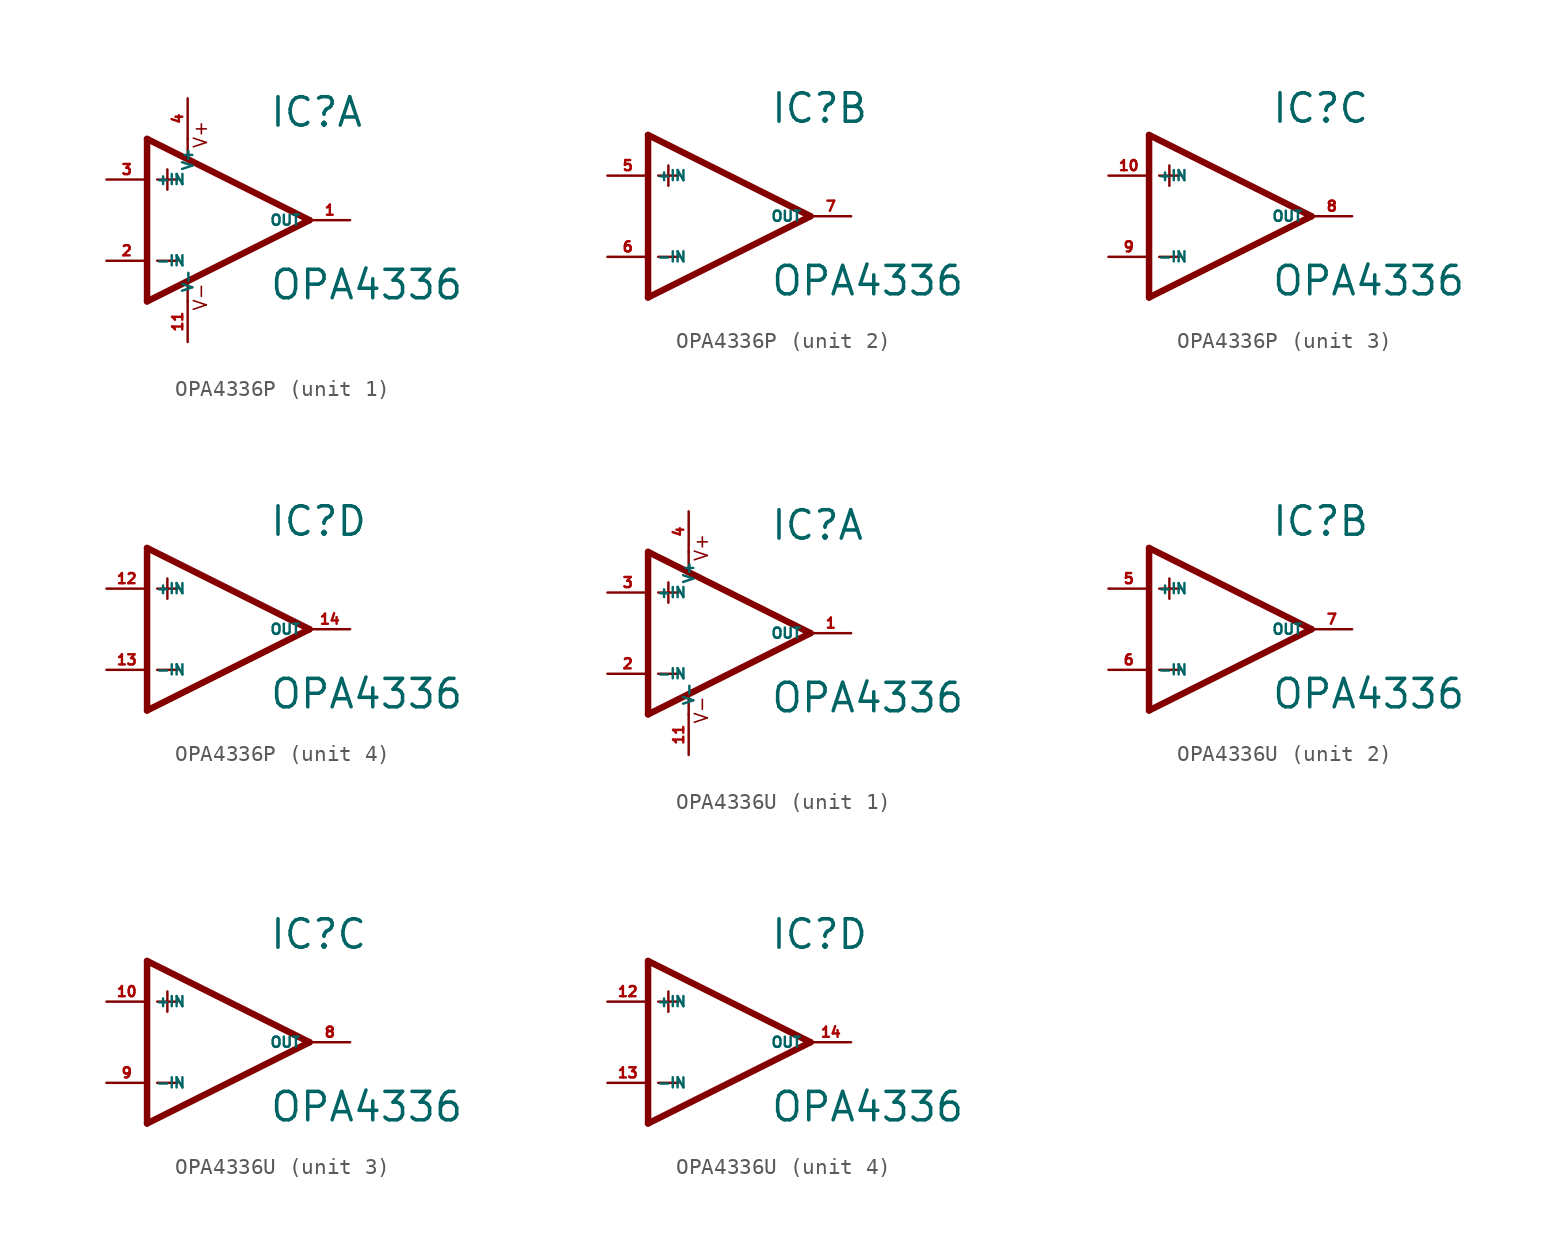
<source format=kicad_sym>
(kicad_symbol_lib
  (version 20220914)
  (generator Eagle2Kicad)
  (symbol "OPA4336P"
    (property "Reference" "IC"
      (at 2.54 5.715 0)
      (effects (font (size 1.778 1.778) (thickness 0.22)) (justify left bottom)))
    (property "Value" "OPA4336"
      (at 2.54 -5.08 0)
      (effects (font (size 1.778 1.778) (thickness 0.22)) (justify left bottom)))
    (symbol "OPA4336P_1_0"
      (polyline (pts (xy -3.81 3.175) (xy -3.81 1.905)) (stroke (width 0.152) (type default)) (fill (type none)))
      (polyline (pts (xy -4.445 2.54) (xy -3.175 2.54)) (stroke (width 0.152) (type default)) (fill (type none)))
      (polyline (pts (xy -4.445 -2.54) (xy -3.175 -2.54)) (stroke (width 0.152) (type default)) (fill (type none)))
      (polyline (pts (xy -2.54 5.08) (xy -2.54 3.886)) (stroke (width 0.152) (type default)) (fill (type none)))
      (polyline (pts (xy -2.54 -3.912) (xy -2.54 -5.08)) (stroke (width 0.152) (type default)) (fill (type none)))
      (polyline (pts (xy 5.08 0) (xy -5.08 5.08)) (stroke (width 0.406) (type default)) (fill (type none)))
      (polyline (pts (xy -5.08 5.08) (xy -5.08 -5.08)) (stroke (width 0.406) (type default)) (fill (type none)))
      (polyline (pts (xy -5.08 -5.08) (xy 5.08 0)) (stroke (width 0.406) (type default)) (fill (type none)))
      (text "V+" (at -1.27 4.445 900) (effects (font (size 0.813 0.813) (thickness 0.10)) (justify left bottom)))
      (text "V-" (at -1.27 -5.715 900) (effects (font (size 0.813 0.813) (thickness 0.10)) (justify left bottom)))
      (pin input line (at -7.62 -2.54 0) (length 2.54) (name "-IN" (effects (font (size 0.635 0.635) (thickness 0.08)) (justify left bottom))) (number "2" (effects (font (size 0.635 0.635) (thickness 0.08)) (justify left bottom))))
      (pin input line (at -7.62 2.54 0) (length 2.54) (name "+IN" (effects (font (size 0.635 0.635) (thickness 0.08)) (justify left bottom))) (number "3" (effects (font (size 0.635 0.635) (thickness 0.08)) (justify left bottom))))
      (pin output line (at 7.62 0 180) (length 2.54) (name "OUT" (effects (font (size 0.635 0.635) (thickness 0.08)) (justify left bottom))) (number "1" (effects (font (size 0.635 0.635) (thickness 0.08)) (justify left bottom))))
      (pin unspecified line (at -2.54 7.62 270) (length 2.54) (name "V+" (effects (font (size 0.635 0.635) (thickness 0.08)) (justify left bottom))) (number "4" (effects (font (size 0.635 0.635) (thickness 0.08)) (justify left bottom))))
      (pin unspecified line (at -2.54 -7.62 90) (length 2.54) (name "V-" (effects (font (size 0.635 0.635) (thickness 0.08)) (justify left bottom))) (number "11" (effects (font (size 0.635 0.635) (thickness 0.08)) (justify left bottom)))))
    (symbol "OPA4336P_2_0"
      (polyline (pts (xy -3.81 3.175) (xy -3.81 1.905)) (stroke (width 0.152) (type default)) (fill (type none)))
      (polyline (pts (xy -4.445 2.54) (xy -3.175 2.54)) (stroke (width 0.152) (type default)) (fill (type none)))
      (polyline (pts (xy -4.445 -2.54) (xy -3.175 -2.54)) (stroke (width 0.152) (type default)) (fill (type none)))
      (polyline (pts (xy 5.08 0) (xy -5.08 5.08)) (stroke (width 0.406) (type default)) (fill (type none)))
      (polyline (pts (xy -5.08 5.08) (xy -5.08 -5.08)) (stroke (width 0.406) (type default)) (fill (type none)))
      (polyline (pts (xy -5.08 -5.08) (xy 5.08 0)) (stroke (width 0.406) (type default)) (fill (type none)))
      (pin input line (at -7.62 -2.54 0) (length 2.54) (name "-IN" (effects (font (size 0.635 0.635) (thickness 0.08)) (justify left bottom))) (number "6" (effects (font (size 0.635 0.635) (thickness 0.08)) (justify left bottom))))
      (pin input line (at -7.62 2.54 0) (length 2.54) (name "+IN" (effects (font (size 0.635 0.635) (thickness 0.08)) (justify left bottom))) (number "5" (effects (font (size 0.635 0.635) (thickness 0.08)) (justify left bottom))))
      (pin output line (at 7.62 0 180) (length 2.54) (name "OUT" (effects (font (size 0.635 0.635) (thickness 0.08)) (justify left bottom))) (number "7" (effects (font (size 0.635 0.635) (thickness 0.08)) (justify left bottom)))))
    (symbol "OPA4336P_3_0"
      (polyline (pts (xy -3.81 3.175) (xy -3.81 1.905)) (stroke (width 0.152) (type default)) (fill (type none)))
      (polyline (pts (xy -4.445 2.54) (xy -3.175 2.54)) (stroke (width 0.152) (type default)) (fill (type none)))
      (polyline (pts (xy -4.445 -2.54) (xy -3.175 -2.54)) (stroke (width 0.152) (type default)) (fill (type none)))
      (polyline (pts (xy 5.08 0) (xy -5.08 5.08)) (stroke (width 0.406) (type default)) (fill (type none)))
      (polyline (pts (xy -5.08 5.08) (xy -5.08 -5.08)) (stroke (width 0.406) (type default)) (fill (type none)))
      (polyline (pts (xy -5.08 -5.08) (xy 5.08 0)) (stroke (width 0.406) (type default)) (fill (type none)))
      (pin input line (at -7.62 -2.54 0) (length 2.54) (name "-IN" (effects (font (size 0.635 0.635) (thickness 0.08)) (justify left bottom))) (number "9" (effects (font (size 0.635 0.635) (thickness 0.08)) (justify left bottom))))
      (pin input line (at -7.62 2.54 0) (length 2.54) (name "+IN" (effects (font (size 0.635 0.635) (thickness 0.08)) (justify left bottom))) (number "10" (effects (font (size 0.635 0.635) (thickness 0.08)) (justify left bottom))))
      (pin output line (at 7.62 0 180) (length 2.54) (name "OUT" (effects (font (size 0.635 0.635) (thickness 0.08)) (justify left bottom))) (number "8" (effects (font (size 0.635 0.635) (thickness 0.08)) (justify left bottom)))))
    (symbol "OPA4336P_4_0"
      (polyline (pts (xy -3.81 3.175) (xy -3.81 1.905)) (stroke (width 0.152) (type default)) (fill (type none)))
      (polyline (pts (xy -4.445 2.54) (xy -3.175 2.54)) (stroke (width 0.152) (type default)) (fill (type none)))
      (polyline (pts (xy -4.445 -2.54) (xy -3.175 -2.54)) (stroke (width 0.152) (type default)) (fill (type none)))
      (polyline (pts (xy 5.08 0) (xy -5.08 5.08)) (stroke (width 0.406) (type default)) (fill (type none)))
      (polyline (pts (xy -5.08 5.08) (xy -5.08 -5.08)) (stroke (width 0.406) (type default)) (fill (type none)))
      (polyline (pts (xy -5.08 -5.08) (xy 5.08 0)) (stroke (width 0.406) (type default)) (fill (type none)))
      (pin input line (at -7.62 -2.54 0) (length 2.54) (name "-IN" (effects (font (size 0.635 0.635) (thickness 0.08)) (justify left bottom))) (number "13" (effects (font (size 0.635 0.635) (thickness 0.08)) (justify left bottom))))
      (pin input line (at -7.62 2.54 0) (length 2.54) (name "+IN" (effects (font (size 0.635 0.635) (thickness 0.08)) (justify left bottom))) (number "12" (effects (font (size 0.635 0.635) (thickness 0.08)) (justify left bottom))))
      (pin output line (at 7.62 0 180) (length 2.54) (name "OUT" (effects (font (size 0.635 0.635) (thickness 0.08)) (justify left bottom))) (number "14" (effects (font (size 0.635 0.635) (thickness 0.08)) (justify left bottom))))))
  (symbol "OPA4336U"
    (property "Reference" "IC"
      (at 2.54 5.715 0)
      (effects (font (size 1.778 1.778) (thickness 0.22)) (justify left bottom)))
    (property "Value" "OPA4336"
      (at 2.54 -5.08 0)
      (effects (font (size 1.778 1.778) (thickness 0.22)) (justify left bottom)))
    (symbol "OPA4336U_1_0"
      (polyline (pts (xy -3.81 3.175) (xy -3.81 1.905)) (stroke (width 0.152) (type default)) (fill (type none)))
      (polyline (pts (xy -4.445 2.54) (xy -3.175 2.54)) (stroke (width 0.152) (type default)) (fill (type none)))
      (polyline (pts (xy -4.445 -2.54) (xy -3.175 -2.54)) (stroke (width 0.152) (type default)) (fill (type none)))
      (polyline (pts (xy -2.54 5.08) (xy -2.54 3.886)) (stroke (width 0.152) (type default)) (fill (type none)))
      (polyline (pts (xy -2.54 -3.912) (xy -2.54 -5.08)) (stroke (width 0.152) (type default)) (fill (type none)))
      (polyline (pts (xy 5.08 0) (xy -5.08 5.08)) (stroke (width 0.406) (type default)) (fill (type none)))
      (polyline (pts (xy -5.08 5.08) (xy -5.08 -5.08)) (stroke (width 0.406) (type default)) (fill (type none)))
      (polyline (pts (xy -5.08 -5.08) (xy 5.08 0)) (stroke (width 0.406) (type default)) (fill (type none)))
      (text "V+" (at -1.27 4.445 900) (effects (font (size 0.813 0.813) (thickness 0.10)) (justify left bottom)))
      (text "V-" (at -1.27 -5.715 900) (effects (font (size 0.813 0.813) (thickness 0.10)) (justify left bottom)))
      (pin input line (at -7.62 -2.54 0) (length 2.54) (name "-IN" (effects (font (size 0.635 0.635) (thickness 0.08)) (justify left bottom))) (number "2" (effects (font (size 0.635 0.635) (thickness 0.08)) (justify left bottom))))
      (pin input line (at -7.62 2.54 0) (length 2.54) (name "+IN" (effects (font (size 0.635 0.635) (thickness 0.08)) (justify left bottom))) (number "3" (effects (font (size 0.635 0.635) (thickness 0.08)) (justify left bottom))))
      (pin output line (at 7.62 0 180) (length 2.54) (name "OUT" (effects (font (size 0.635 0.635) (thickness 0.08)) (justify left bottom))) (number "1" (effects (font (size 0.635 0.635) (thickness 0.08)) (justify left bottom))))
      (pin unspecified line (at -2.54 7.62 270) (length 2.54) (name "V+" (effects (font (size 0.635 0.635) (thickness 0.08)) (justify left bottom))) (number "4" (effects (font (size 0.635 0.635) (thickness 0.08)) (justify left bottom))))
      (pin unspecified line (at -2.54 -7.62 90) (length 2.54) (name "V-" (effects (font (size 0.635 0.635) (thickness 0.08)) (justify left bottom))) (number "11" (effects (font (size 0.635 0.635) (thickness 0.08)) (justify left bottom)))))
    (symbol "OPA4336U_2_0"
      (polyline (pts (xy -3.81 3.175) (xy -3.81 1.905)) (stroke (width 0.152) (type default)) (fill (type none)))
      (polyline (pts (xy -4.445 2.54) (xy -3.175 2.54)) (stroke (width 0.152) (type default)) (fill (type none)))
      (polyline (pts (xy -4.445 -2.54) (xy -3.175 -2.54)) (stroke (width 0.152) (type default)) (fill (type none)))
      (polyline (pts (xy 5.08 0) (xy -5.08 5.08)) (stroke (width 0.406) (type default)) (fill (type none)))
      (polyline (pts (xy -5.08 5.08) (xy -5.08 -5.08)) (stroke (width 0.406) (type default)) (fill (type none)))
      (polyline (pts (xy -5.08 -5.08) (xy 5.08 0)) (stroke (width 0.406) (type default)) (fill (type none)))
      (pin input line (at -7.62 -2.54 0) (length 2.54) (name "-IN" (effects (font (size 0.635 0.635) (thickness 0.08)) (justify left bottom))) (number "6" (effects (font (size 0.635 0.635) (thickness 0.08)) (justify left bottom))))
      (pin input line (at -7.62 2.54 0) (length 2.54) (name "+IN" (effects (font (size 0.635 0.635) (thickness 0.08)) (justify left bottom))) (number "5" (effects (font (size 0.635 0.635) (thickness 0.08)) (justify left bottom))))
      (pin output line (at 7.62 0 180) (length 2.54) (name "OUT" (effects (font (size 0.635 0.635) (thickness 0.08)) (justify left bottom))) (number "7" (effects (font (size 0.635 0.635) (thickness 0.08)) (justify left bottom)))))
    (symbol "OPA4336U_3_0"
      (polyline (pts (xy -3.81 3.175) (xy -3.81 1.905)) (stroke (width 0.152) (type default)) (fill (type none)))
      (polyline (pts (xy -4.445 2.54) (xy -3.175 2.54)) (stroke (width 0.152) (type default)) (fill (type none)))
      (polyline (pts (xy -4.445 -2.54) (xy -3.175 -2.54)) (stroke (width 0.152) (type default)) (fill (type none)))
      (polyline (pts (xy 5.08 0) (xy -5.08 5.08)) (stroke (width 0.406) (type default)) (fill (type none)))
      (polyline (pts (xy -5.08 5.08) (xy -5.08 -5.08)) (stroke (width 0.406) (type default)) (fill (type none)))
      (polyline (pts (xy -5.08 -5.08) (xy 5.08 0)) (stroke (width 0.406) (type default)) (fill (type none)))
      (pin input line (at -7.62 -2.54 0) (length 2.54) (name "-IN" (effects (font (size 0.635 0.635) (thickness 0.08)) (justify left bottom))) (number "9" (effects (font (size 0.635 0.635) (thickness 0.08)) (justify left bottom))))
      (pin input line (at -7.62 2.54 0) (length 2.54) (name "+IN" (effects (font (size 0.635 0.635) (thickness 0.08)) (justify left bottom))) (number "10" (effects (font (size 0.635 0.635) (thickness 0.08)) (justify left bottom))))
      (pin output line (at 7.62 0 180) (length 2.54) (name "OUT" (effects (font (size 0.635 0.635) (thickness 0.08)) (justify left bottom))) (number "8" (effects (font (size 0.635 0.635) (thickness 0.08)) (justify left bottom)))))
    (symbol "OPA4336U_4_0"
      (polyline (pts (xy -3.81 3.175) (xy -3.81 1.905)) (stroke (width 0.152) (type default)) (fill (type none)))
      (polyline (pts (xy -4.445 2.54) (xy -3.175 2.54)) (stroke (width 0.152) (type default)) (fill (type none)))
      (polyline (pts (xy -4.445 -2.54) (xy -3.175 -2.54)) (stroke (width 0.152) (type default)) (fill (type none)))
      (polyline (pts (xy 5.08 0) (xy -5.08 5.08)) (stroke (width 0.406) (type default)) (fill (type none)))
      (polyline (pts (xy -5.08 5.08) (xy -5.08 -5.08)) (stroke (width 0.406) (type default)) (fill (type none)))
      (polyline (pts (xy -5.08 -5.08) (xy 5.08 0)) (stroke (width 0.406) (type default)) (fill (type none)))
      (pin input line (at -7.62 -2.54 0) (length 2.54) (name "-IN" (effects (font (size 0.635 0.635) (thickness 0.08)) (justify left bottom))) (number "13" (effects (font (size 0.635 0.635) (thickness 0.08)) (justify left bottom))))
      (pin input line (at -7.62 2.54 0) (length 2.54) (name "+IN" (effects (font (size 0.635 0.635) (thickness 0.08)) (justify left bottom))) (number "12" (effects (font (size 0.635 0.635) (thickness 0.08)) (justify left bottom))))
      (pin output line (at 7.62 0 180) (length 2.54) (name "OUT" (effects (font (size 0.635 0.635) (thickness 0.08)) (justify left bottom))) (number "14" (effects (font (size 0.635 0.635) (thickness 0.08)) (justify left bottom)))))))
</source>
